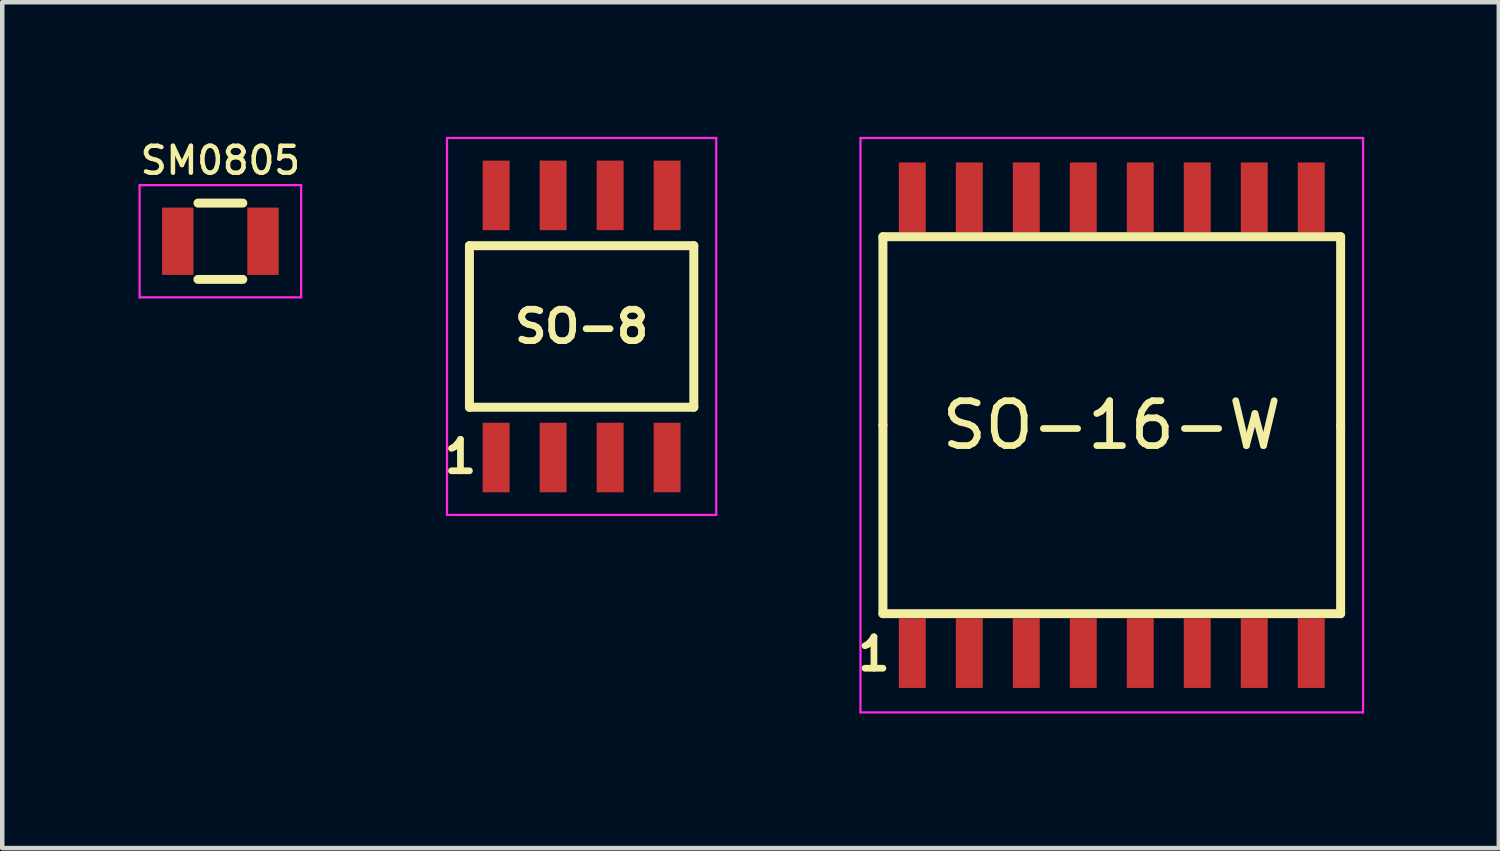
<source format=kicad_pcb>
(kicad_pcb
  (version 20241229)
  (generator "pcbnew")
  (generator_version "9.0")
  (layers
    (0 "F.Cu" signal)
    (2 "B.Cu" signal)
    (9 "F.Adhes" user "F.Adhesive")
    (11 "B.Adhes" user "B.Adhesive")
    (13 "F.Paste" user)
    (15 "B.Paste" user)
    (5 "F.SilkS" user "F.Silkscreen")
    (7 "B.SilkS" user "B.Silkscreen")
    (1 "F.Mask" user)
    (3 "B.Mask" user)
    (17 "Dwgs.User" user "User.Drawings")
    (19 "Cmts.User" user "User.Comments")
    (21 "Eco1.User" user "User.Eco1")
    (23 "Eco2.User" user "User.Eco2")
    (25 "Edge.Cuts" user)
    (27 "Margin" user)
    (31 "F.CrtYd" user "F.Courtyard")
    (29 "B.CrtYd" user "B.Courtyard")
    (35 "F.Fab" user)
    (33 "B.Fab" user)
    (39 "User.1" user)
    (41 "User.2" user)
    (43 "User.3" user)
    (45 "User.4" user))
  (footprint "SO-16-W"
    (layer "F.Cu")
    (at 21.725 6.425)
    (property "Reference" "SO-16-W" (at 0 0 0) (layer "F.SilkS") (effects (font (size 1 1) (thickness 0.15))))
    (attr smd)
    (fp_line (start -5.1 -4.2) (end 5.1 -4.2) (stroke (width 0.2) (type solid)) (layer "F.SilkS"))
    (fp_line (start -5.1 0) (end -5.1 -4.2) (stroke (width 0.2) (type solid)) (layer "F.SilkS"))
    (fp_line (start -5.1 0) (end -5.1 4.2) (stroke (width 0.2) (type solid)) (layer "F.SilkS"))
    (fp_line (start -5.1 4.2) (end 5.1 4.2) (stroke (width 0.2) (type solid)) (layer "F.SilkS"))
    (fp_line (start 5.1 0) (end 5.1 -4.2) (stroke (width 0.2) (type solid)) (layer "F.SilkS"))
    (fp_line (start 5.1 0) (end 5.1 4.2) (stroke (width 0.2) (type solid)) (layer "F.SilkS"))
    (fp_line (start -5.6 -6.4) (end -5.6 6.4) (stroke (width 0.05) (type solid)) (layer "F.CrtYd"))
    (fp_line (start -5.6 -6.4) (end 5.6 -6.4) (stroke (width 0.05) (type solid)) (layer "F.CrtYd"))
    (fp_line (start -5.6 6.4) (end 5.6 6.4) (stroke (width 0.05) (type solid)) (layer "F.CrtYd"))
    (fp_line (start 5.6 -6.4) (end 5.6 6.4) (stroke (width 0.05) (type solid)) (layer "F.CrtYd"))
    (fp_text user "1" (at -5.3 5.1 0) (layer "F.SilkS") (effects (font (size 0.7 0.7) (thickness 0.15))))
    (pad "1" smd rect (at -4.445 5.08) (size 0.6 1.55) (layers "F.Cu" "F.Mask" "F.Paste"))
    (pad "2" smd rect (at -3.175 5.08) (size 0.6 1.55) (layers "F.Cu" "F.Mask" "F.Paste"))
    (pad "3" smd rect (at -1.905 5.08) (size 0.6 1.55) (layers "F.Cu" "F.Mask" "F.Paste"))
    (pad "4" smd rect (at -0.635 5.08) (size 0.6 1.55) (layers "F.Cu" "F.Mask" "F.Paste"))
    (pad "5" smd rect (at 0.635 5.08) (size 0.6 1.55) (layers "F.Cu" "F.Mask" "F.Paste"))
    (pad "6" smd rect (at 1.905 5.08) (size 0.6 1.55) (layers "F.Cu" "F.Mask" "F.Paste"))
    (pad "7" smd rect (at 3.175 5.08) (size 0.6 1.55) (layers "F.Cu" "F.Mask" "F.Paste"))
    (pad "8" smd rect (at 4.445 5.08) (size 0.6 1.55) (layers "F.Cu" "F.Mask" "F.Paste"))
    (pad "9" smd rect (at 4.445 -5.08) (size 0.6 1.55) (layers "F.Cu" "F.Mask" "F.Paste"))
    (pad "10" smd rect (at 3.175 -5.08) (size 0.6 1.55) (layers "F.Cu" "F.Mask" "F.Paste"))
    (pad "11" smd rect (at 1.905 -5.08) (size 0.6 1.55) (layers "F.Cu" "F.Mask" "F.Paste"))
    (pad "12" smd rect (at 0.635 -5.08) (size 0.6 1.55) (layers "F.Cu" "F.Mask" "F.Paste"))
    (pad "13" smd rect (at -0.635 -5.08) (size 0.6 1.55) (layers "F.Cu" "F.Mask" "F.Paste"))
    (pad "14" smd rect (at -1.905 -5.08) (size 0.6 1.55) (layers "F.Cu" "F.Mask" "F.Paste"))
    (pad "15" smd rect (at -3.175 -5.08) (size 0.6 1.55) (layers "F.Cu" "F.Mask" "F.Paste"))
    (pad "16" smd rect (at -4.445 -5.08) (size 0.6 1.55) (layers "F.Cu" "F.Mask" "F.Paste")))
  (footprint "SM0805"
    (layer "F.Cu")
    (at 1.861 2.326)
    (property "Reference" "SM0805" (at 0 -1.8 0) (layer "F.SilkS") (effects (font (size 0.6 0.6) (thickness 0.1))))
    (attr smd)
    (fp_line (start -0.5 -0.85) (end 0.5 -0.85) (stroke (width 0.2) (type solid)) (layer "F.SilkS"))
    (fp_line (start -0.5 0.85) (end 0.5 0.85) (stroke (width 0.2) (type solid)) (layer "F.SilkS"))
    (fp_line (start -1.8 -1.25) (end -1.8 1.25) (stroke (width 0.05) (type solid)) (layer "F.CrtYd"))
    (fp_line (start -1.8 -1.25) (end 1.8 -1.25) (stroke (width 0.05) (type solid)) (layer "F.CrtYd"))
    (fp_line (start -1.8 1.25) (end 1.8 1.25) (stroke (width 0.05) (type solid)) (layer "F.CrtYd"))
    (fp_line (start 1.8 -1.25) (end 1.8 1.25) (stroke (width 0.05) (type solid)) (layer "F.CrtYd"))
    (pad "1" smd rect (at -0.95 0) (size 0.7 1.5) (layers "F.Cu" "F.Mask"))
    (pad "2" smd rect (at 0.95 0) (size 0.7 1.5) (layers "F.Cu" "F.Mask")))
  (footprint "SO-8"
    (layer "F.Cu")
    (at 9.911 4.225)
    (property "Reference" "SO-8" (at 0 0 0) (layer "F.SilkS") (effects (font (size 0.7 0.7) (thickness 0.15))))
    (attr through_hole)
    (fp_line (start -2.5 -1.8) (end -2.5 1.8) (stroke (width 0.2) (type solid)) (layer "F.SilkS"))
    (fp_line (start -2.5 -1.8) (end 2.5 -1.8) (stroke (width 0.2) (type solid)) (layer "F.SilkS"))
    (fp_line (start -2.5 1.8) (end 2.5 1.8) (stroke (width 0.2) (type solid)) (layer "F.SilkS"))
    (fp_line (start 2.5 -1.8) (end 2.5 1.8) (stroke (width 0.2) (type solid)) (layer "F.SilkS"))
    (fp_line (start -3 -4.2) (end -3 4.2) (stroke (width 0.05) (type solid)) (layer "F.CrtYd"))
    (fp_line (start -3 4.2) (end 3 4.2) (stroke (width 0.05) (type solid)) (layer "F.CrtYd"))
    (fp_line (start 3 -4.2) (end -3 -4.2) (stroke (width 0.05) (type solid)) (layer "F.CrtYd"))
    (fp_line (start 3 -4.2) (end 3 4.2) (stroke (width 0.05) (type solid)) (layer "F.CrtYd"))
    (fp_text user "1" (at -2.7 2.9 0) (layer "F.SilkS") (effects (font (size 0.7 0.7) (thickness 0.15))))
    (pad "1" smd rect (at -1.905 2.921) (size 0.6 1.55) (layers "F.Cu" "F.Mask"))
    (pad "2" smd rect (at -0.635 2.921) (size 0.6 1.55) (layers "F.Cu" "F.Mask"))
    (pad "3" smd rect (at 0.635 2.921) (size 0.6 1.55) (layers "F.Cu" "F.Mask"))
    (pad "4" smd rect (at 1.905 2.921) (size 0.6 1.55) (layers "F.Cu" "F.Mask"))
    (pad "5" smd rect (at 1.905 -2.921) (size 0.6 1.55) (layers "F.Cu" "F.Mask"))
    (pad "6" smd rect (at 0.635 -2.921) (size 0.6 1.55) (layers "F.Cu" "F.Mask"))
    (pad "7" smd rect (at -0.635 -2.921) (size 0.6 1.55) (layers "F.Cu" "F.Mask"))
    (pad "8" smd rect (at -1.905 -2.921) (size 0.6 1.55) (layers "F.Cu" "F.Mask")))
  (gr_rect
    (start -3 -3)
    (end 30.35 15.85)
    (stroke (width 0.1) (type default))
    (fill no)
    (layer "Edge.Cuts")))
</source>
